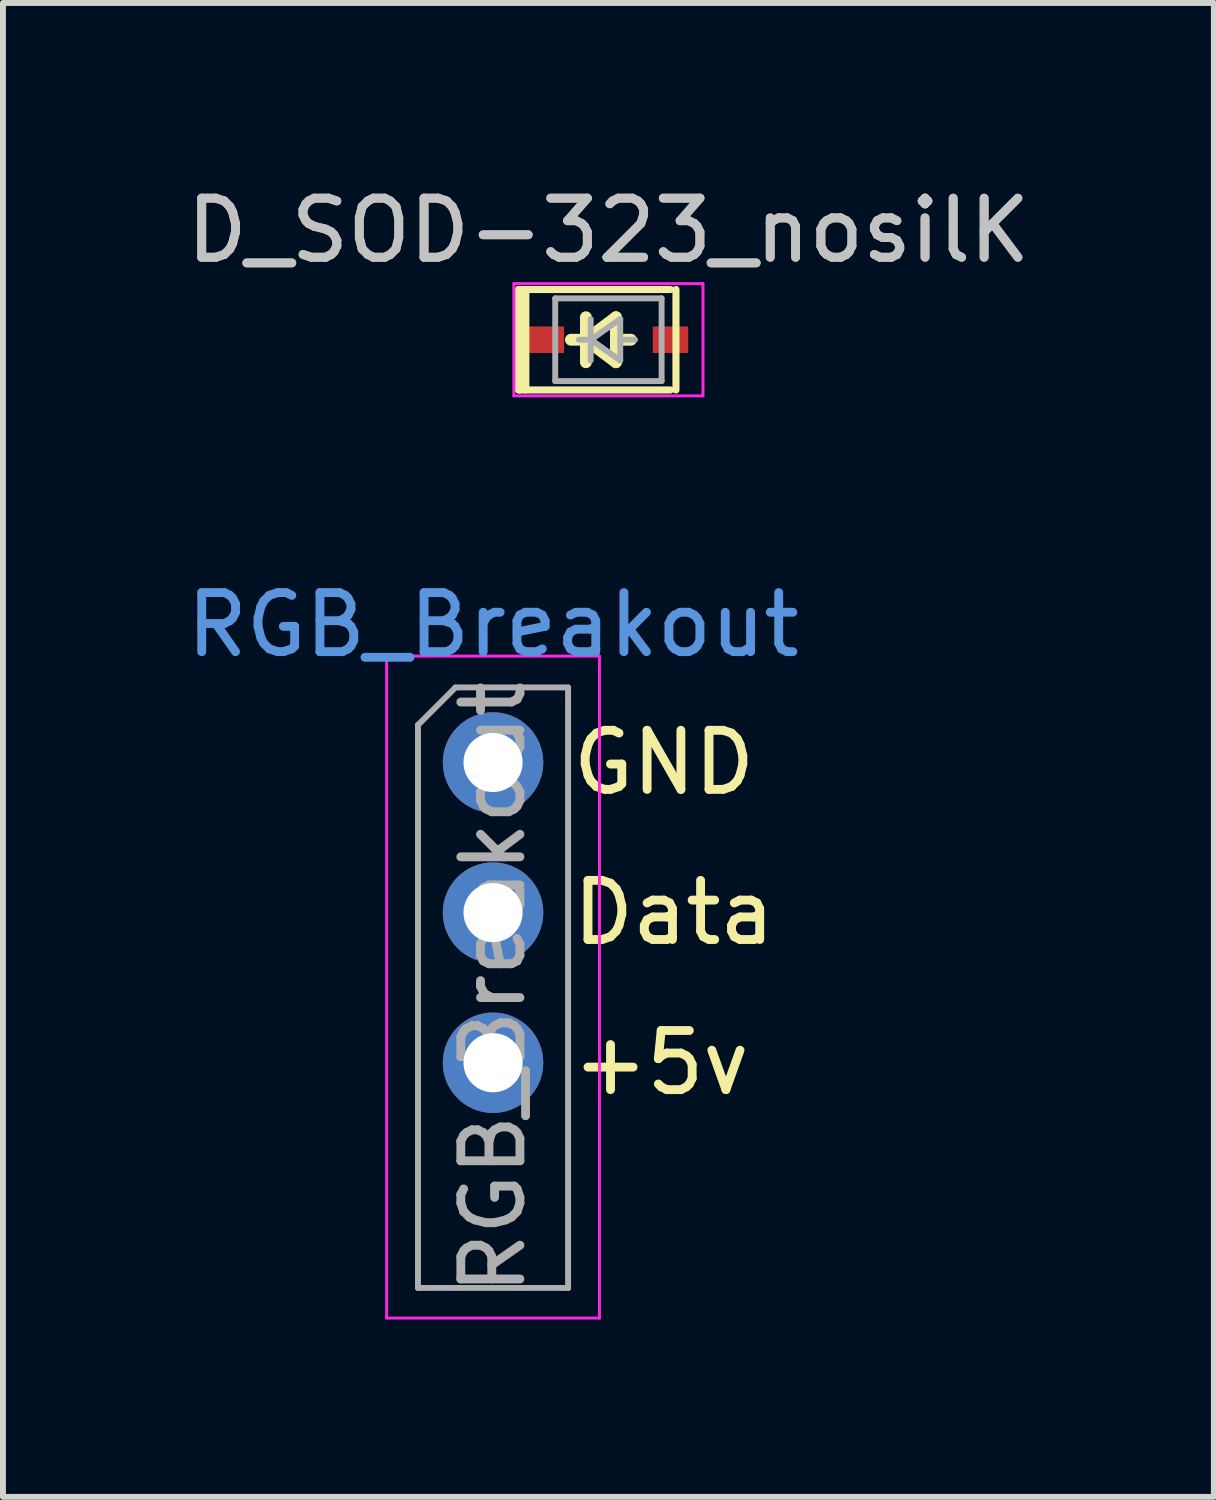
<source format=kicad_pcb>
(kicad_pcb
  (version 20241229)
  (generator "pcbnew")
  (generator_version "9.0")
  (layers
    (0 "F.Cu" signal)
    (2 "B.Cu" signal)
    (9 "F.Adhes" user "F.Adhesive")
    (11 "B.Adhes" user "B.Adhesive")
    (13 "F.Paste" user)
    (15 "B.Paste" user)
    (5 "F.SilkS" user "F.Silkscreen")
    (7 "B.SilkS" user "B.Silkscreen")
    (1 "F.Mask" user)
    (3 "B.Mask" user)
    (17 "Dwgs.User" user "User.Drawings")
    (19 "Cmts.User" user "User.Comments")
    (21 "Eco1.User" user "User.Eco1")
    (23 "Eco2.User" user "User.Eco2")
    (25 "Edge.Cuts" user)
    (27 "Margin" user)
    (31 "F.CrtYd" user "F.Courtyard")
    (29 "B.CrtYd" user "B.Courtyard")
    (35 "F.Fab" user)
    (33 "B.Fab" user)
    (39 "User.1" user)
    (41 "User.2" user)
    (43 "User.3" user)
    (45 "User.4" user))
  (footprint "RGB_Breakout"
    (layer "F.Cu")
    (at 5.292 9.851)
    (property "Reference" "RGB_Breakout" (at 0 -2.33 180) (layer "Cmts.User") (effects (font (size 1 1) (thickness 0.15))))
    (attr through_hole)
    (fp_line (start -1.8 -1.8) (end -1.8 9.4) (stroke (width 0.05) (type solid)) (layer "F.CrtYd"))
    (fp_line (start -1.8 9.4) (end 1.8 9.4) (stroke (width 0.05) (type solid)) (layer "F.CrtYd"))
    (fp_line (start 1.8 -1.8) (end -1.8 -1.8) (stroke (width 0.05) (type solid)) (layer "F.CrtYd"))
    (fp_line (start 1.8 9.4) (end 1.8 -1.8) (stroke (width 0.05) (type solid)) (layer "F.CrtYd"))
    (fp_line (start -1.27 -0.635) (end -0.635 -1.27) (stroke (width 0.1) (type solid)) (layer "F.Fab"))
    (fp_line (start -1.27 8.89) (end -1.27 -0.635) (stroke (width 0.1) (type solid)) (layer "F.Fab"))
    (fp_line (start -0.635 -1.27) (end 1.27 -1.27) (stroke (width 0.1) (type solid)) (layer "F.Fab"))
    (fp_line (start 1.27 -1.27) (end 1.27 8.89) (stroke (width 0.1) (type solid)) (layer "F.Fab"))
    (fp_line (start 1.27 8.89) (end -1.27 8.89) (stroke (width 0.1) (type solid)) (layer "F.Fab"))
    (fp_text user "GND" (at 1.27 0 0) (unlocked yes) (layer "F.SilkS") (effects (font (size 1 1) (thickness 0.15)) (justify left)))
    (fp_text user "Data" (at 1.27 2.54 0) (unlocked yes) (layer "F.SilkS") (effects (font (size 1 1) (thickness 0.15)) (justify left)))
    (fp_text user "+5v" (at 1.27 5.08 0) (unlocked yes) (layer "F.SilkS") (effects (font (size 1 1) (thickness 0.15)) (justify left)))
    (fp_text user "${REFERENCE}" (at 0 3.81 270) (layer "F.Fab") (effects (font (size 1 1) (thickness 0.15))))
    (pad "1" thru_hole circle (at 0 0) (size 1.7 1.7) (drill 1) (layers "*.Cu" "*.Mask"))
    (pad "2" thru_hole oval (at 0 2.54) (size 1.7 1.7) (drill 1) (layers "*.Cu" "*.Mask"))
    (pad "3" thru_hole oval (at 0 5.08) (size 1.7 1.7) (drill 1) (layers "*.Cu" "*.Mask")))
  (footprint "D_SOD-323_nosilK"
    (layer "F.Cu")
    (at 7.244 2.698)
    (property "Reference" "D_SOD-323_nosilK" (at 0 -1.85 180) (layer "Dwgs.User") (effects (font (size 1 1) (thickness 0.15))))
    (attr smd)
    (fp_line (start -1.524 -0.85) (end -1.524 0.85) (stroke (width 0.12) (type solid)) (layer "F.SilkS"))
    (fp_line (start -1.5 -0.85) (end -1.5 0.85) (stroke (width 0.12) (type solid)) (layer "F.SilkS"))
    (fp_line (start -1.5 -0.85) (end 1.05 -0.85) (stroke (width 0.12) (type solid)) (layer "F.SilkS"))
    (fp_line (start -1.5 0.85) (end 1.05 0.85) (stroke (width 0.12) (type solid)) (layer "F.SilkS"))
    (fp_line (start -1.397 -0.85) (end -1.397 0.85) (stroke (width 0.12) (type solid)) (layer "F.SilkS"))
    (fp_line (start -0.508 0) (end -0.635 0) (stroke (width 0.2) (type solid)) (layer "F.SilkS"))
    (fp_line (start -0.381 -0.381) (end -0.381 0.381) (stroke (width 0.2) (type solid)) (layer "F.SilkS"))
    (fp_line (start -0.381 0) (end 0.127 0.381) (stroke (width 0.2) (type solid)) (layer "F.SilkS"))
    (fp_line (start 0.127 -0.381) (end -0.381 0) (stroke (width 0.2) (type solid)) (layer "F.SilkS"))
    (fp_line (start 0.127 0) (end 0.381 0) (stroke (width 0.2) (type solid)) (layer "F.SilkS"))
    (fp_line (start 0.127 0.381) (end 0.127 -0.381) (stroke (width 0.2) (type solid)) (layer "F.SilkS"))
    (fp_line (start 1.143 -0.85) (end 1.143 0.85) (stroke (width 0.12) (type solid)) (layer "F.SilkS"))
    (fp_line (start -1.6 -0.95) (end -1.6 0.95) (stroke (width 0.05) (type solid)) (layer "F.CrtYd"))
    (fp_line (start -1.6 -0.95) (end 1.6 -0.95) (stroke (width 0.05) (type solid)) (layer "F.CrtYd"))
    (fp_line (start -1.6 0.95) (end 1.6 0.95) (stroke (width 0.05) (type solid)) (layer "F.CrtYd"))
    (fp_line (start 1.6 -0.95) (end 1.6 0.95) (stroke (width 0.05) (type solid)) (layer "F.CrtYd"))
    (fp_line (start -0.9 -0.7) (end 0.9 -0.7) (stroke (width 0.1) (type solid)) (layer "F.Fab"))
    (fp_line (start -0.9 0.7) (end -0.9 -0.7) (stroke (width 0.1) (type solid)) (layer "F.Fab"))
    (fp_line (start -0.3 -0.35) (end -0.3 0.35) (stroke (width 0.1) (type solid)) (layer "F.Fab"))
    (fp_line (start -0.3 0) (end -0.5 0) (stroke (width 0.1) (type solid)) (layer "F.Fab"))
    (fp_line (start -0.3 0) (end 0.2 -0.35) (stroke (width 0.1) (type solid)) (layer "F.Fab"))
    (fp_line (start 0.2 -0.35) (end 0.2 0.35) (stroke (width 0.1) (type solid)) (layer "F.Fab"))
    (fp_line (start 0.2 0.35) (end -0.3 0) (stroke (width 0.1) (type solid)) (layer "F.Fab"))
    (fp_line (start 0.2 0) (end 0.45 0) (stroke (width 0.1) (type solid)) (layer "F.Fab"))
    (fp_line (start 0.9 -0.7) (end 0.9 0.7) (stroke (width 0.1) (type solid)) (layer "F.Fab"))
    (fp_line (start 0.9 0.7) (end -0.9 0.7) (stroke (width 0.1) (type solid)) (layer "F.Fab"))
    (fp_text user "${REFERENCE}" (at 0 -1.85 180) (layer "F.Fab") (effects (font (size 1 1) (thickness 0.15))))
    (pad "1" smd rect (at -1.05 0) (size 0.6 0.45) (layers "F.Cu" "F.Mask" "F.Paste"))
    (pad "2" smd rect (at 1.05 0) (size 0.6 0.45) (layers "F.Cu" "F.Mask" "F.Paste")))
  (gr_rect
    (start -3 -3)
    (end 17.488 22.276)
    (stroke (width 0.1) (type default))
    (fill no)
    (layer "Edge.Cuts")))
</source>
